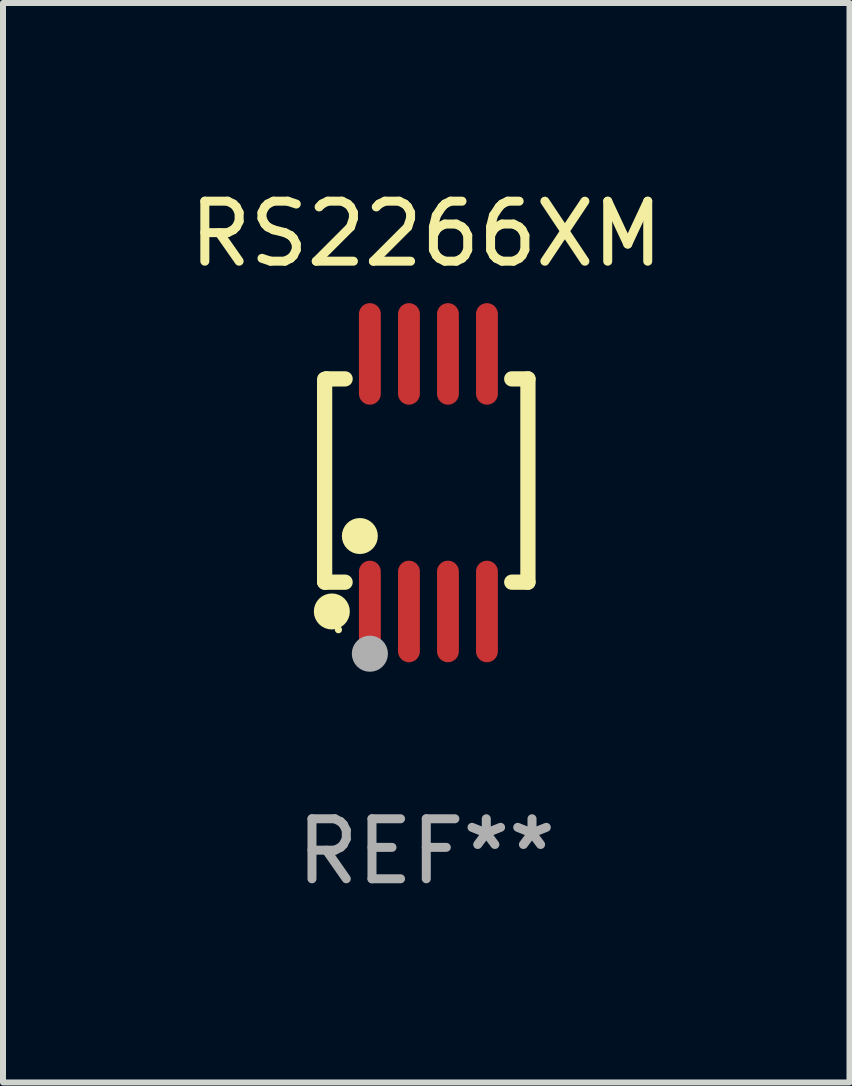
<source format=kicad_pcb>
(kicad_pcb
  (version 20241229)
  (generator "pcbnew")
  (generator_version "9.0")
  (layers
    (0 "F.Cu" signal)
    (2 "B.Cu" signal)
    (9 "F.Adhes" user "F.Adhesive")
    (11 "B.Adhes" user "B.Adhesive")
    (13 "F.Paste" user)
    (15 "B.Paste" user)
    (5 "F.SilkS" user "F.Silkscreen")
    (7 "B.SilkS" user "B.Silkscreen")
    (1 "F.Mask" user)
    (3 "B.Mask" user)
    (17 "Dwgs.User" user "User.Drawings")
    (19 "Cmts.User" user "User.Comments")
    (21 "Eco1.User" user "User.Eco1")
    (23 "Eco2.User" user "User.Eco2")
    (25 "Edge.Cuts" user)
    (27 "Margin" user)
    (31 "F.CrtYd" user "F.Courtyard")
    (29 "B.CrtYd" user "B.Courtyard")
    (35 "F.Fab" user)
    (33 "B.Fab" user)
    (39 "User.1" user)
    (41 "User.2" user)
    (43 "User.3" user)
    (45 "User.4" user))
  (footprint "RS2266XM"
    (layer "F.Cu")
    (at 4.054 4.994)
    (property "Reference" "RS2266XM" (at 0 -4.146 0) (layer "F.SilkS") (effects (font (size 1 1) (thickness 0.15))))
    (attr through_hole)
    (fp_line (start -1.694 -1.724) (end -1.694 1.652) (stroke (width 0.254) (type solid)) (layer "F.SilkS"))
    (fp_line (start -1.694 1.652) (end -1.688 1.658) (stroke (width 0.254) (type solid)) (layer "F.SilkS"))
    (fp_line (start -1.688 1.658) (end -1.353 1.658) (stroke (width 0.254) (type solid)) (layer "F.SilkS"))
    (fp_line (start -1.661 -1.73) (end -1.681 -1.71) (stroke (width 0.254) (type solid)) (layer "F.SilkS"))
    (fp_line (start -1.353 -1.73) (end -1.661 -1.73) (stroke (width 0.254) (type solid)) (layer "F.SilkS"))
    (fp_line (start 1.424 1.658) (end 1.694 1.658) (stroke (width 0.254) (type solid)) (layer "F.SilkS"))
    (fp_line (start 1.694 -1.73) (end 1.424 -1.73) (stroke (width 0.254) (type solid)) (layer "F.SilkS"))
    (fp_line (start 1.694 1.658) (end 1.694 -1.73) (stroke (width 0.254) (type solid)) (layer "F.SilkS"))
    (fp_circle (center -1.574 2.146) (end -1.424 2.146) (stroke (width 0.3) (type solid)) (fill no) (layer "F.SilkS"))
    (fp_circle (center -1.464 2.45) (end -1.434 2.45) (stroke (width 0.06) (type solid)) (fill no) (layer "F.SilkS"))
    (fp_circle (center -1.107 0.889) (end -0.957 0.889) (stroke (width 0.3) (type solid)) (fill no) (layer "F.SilkS"))
    (fp_circle (center -0.94 2.85) (end -0.789 2.85) (stroke (width 0.3) (type solid)) (fill no) (layer "F.Fab"))
    (fp_text user "REF**" (at 0 6.146 0) (layer "F.Fab") (effects (font (size 1 1) (thickness 0.15))))
    (pad "1" smd oval (at -0.94 2.146) (size 0.364 1.692) (layers "F.Cu" "F.Mask" "F.Paste"))
    (pad "2" smd oval (at -0.289 2.146) (size 0.364 1.692) (layers "F.Cu" "F.Mask" "F.Paste"))
    (pad "3" smd oval (at 0.361 2.146) (size 0.364 1.692) (layers "F.Cu" "F.Mask" "F.Paste"))
    (pad "4" smd oval (at 1.011 2.146) (size 0.364 1.692) (layers "F.Cu" "F.Mask" "F.Paste"))
    (pad "5" smd oval (at 1.011 -2.146) (size 0.364 1.692) (layers "F.Cu" "F.Mask" "F.Paste"))
    (pad "6" smd oval (at 0.361 -2.146) (size 0.364 1.692) (layers "F.Cu" "F.Mask" "F.Paste"))
    (pad "7" smd oval (at -0.289 -2.146) (size 0.364 1.692) (layers "F.Cu" "F.Mask" "F.Paste"))
    (pad "8" smd oval (at -0.94 -2.146) (size 0.364 1.692) (layers "F.Cu" "F.Mask" "F.Paste")))
  (gr_rect
    (start -3 -3)
    (end 11.107 14.989)
    (stroke (width 0.1) (type default))
    (fill no)
    (layer "Edge.Cuts")))
</source>
